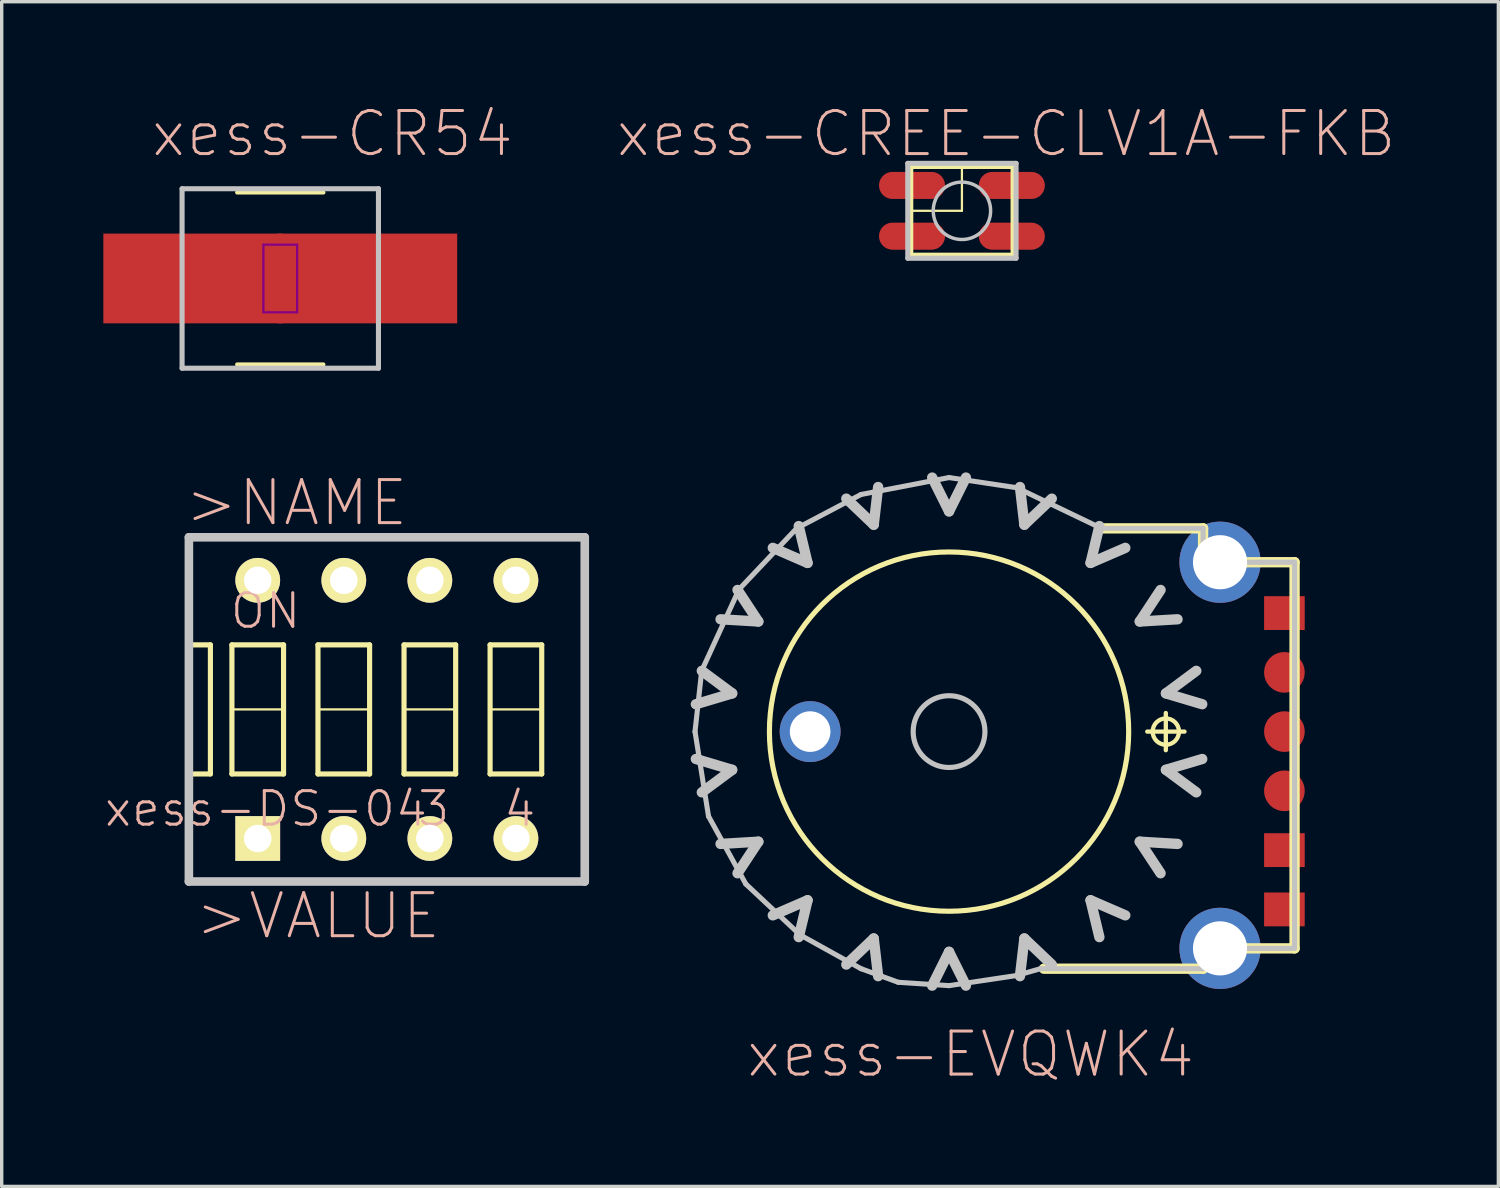
<source format=kicad_pcb>
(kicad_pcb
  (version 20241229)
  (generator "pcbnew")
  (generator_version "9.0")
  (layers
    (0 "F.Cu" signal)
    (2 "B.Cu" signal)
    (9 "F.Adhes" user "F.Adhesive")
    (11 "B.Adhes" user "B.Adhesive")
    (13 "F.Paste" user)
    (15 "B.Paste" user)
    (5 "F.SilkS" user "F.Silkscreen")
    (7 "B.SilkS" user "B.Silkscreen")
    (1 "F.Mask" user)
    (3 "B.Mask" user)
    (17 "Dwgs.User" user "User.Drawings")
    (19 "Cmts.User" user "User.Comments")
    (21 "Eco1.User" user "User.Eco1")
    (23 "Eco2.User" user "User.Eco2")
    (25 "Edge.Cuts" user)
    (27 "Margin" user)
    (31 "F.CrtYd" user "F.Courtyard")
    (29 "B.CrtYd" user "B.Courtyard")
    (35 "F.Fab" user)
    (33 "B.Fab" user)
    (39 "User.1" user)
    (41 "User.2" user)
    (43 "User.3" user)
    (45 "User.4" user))
  (footprint "xess-CREE-CLV1A-FKB"
    (layer "F.Cu")
    (at 25.341 3.172)
    (property "Reference" "xess-CREE-CLV1A-FKB" (at 1.306 -2.273 0) (layer "B.SilkS") (effects (font (size 1.27 1.27) (thickness 0.089))))
    (attr smd)
    (fp_line (start -1.499 -1.298) (end -1.499 1.298) (stroke (width 0.127) (type solid)) (layer "F.SilkS"))
    (fp_line (start -1.499 1.298) (end 1.499 1.298) (stroke (width 0.127) (type solid)) (layer "F.SilkS"))
    (fp_line (start -1.488 -1.311) (end 0 -1.311) (stroke (width 0.066) (type solid)) (layer "F.SilkS"))
    (fp_line (start -1.488 0) (end -1.488 -1.311) (stroke (width 0.066) (type solid)) (layer "F.SilkS"))
    (fp_line (start -1.488 0) (end 0 0) (stroke (width 0.066) (type solid)) (layer "F.SilkS"))
    (fp_line (start 0 0) (end 0 -1.311) (stroke (width 0.066) (type solid)) (layer "F.SilkS"))
    (fp_line (start 1.499 -1.298) (end -1.499 -1.298) (stroke (width 0.127) (type solid)) (layer "F.SilkS"))
    (fp_line (start 1.499 1.298) (end 1.499 -1.298) (stroke (width 0.127) (type solid)) (layer "F.SilkS"))
    (fp_line (start -1.598 -1.4) (end -1.598 1.4) (stroke (width 0.15) (type solid)) (layer "Dwgs.User"))
    (fp_line (start -1.598 1.4) (end 1.598 1.4) (stroke (width 0.15) (type solid)) (layer "Dwgs.User"))
    (fp_line (start 1.598 -1.4) (end -1.598 -1.4) (stroke (width 0.15) (type solid)) (layer "Dwgs.User"))
    (fp_line (start 1.598 1.4) (end 1.598 -1.4) (stroke (width 0.15) (type solid)) (layer "Dwgs.User"))
    (fp_circle (center 0 0) (end -0.599 0.599) (stroke (width 0.102) (type solid)) (fill no) (layer "Dwgs.User"))
    (pad "1" smd oval (at -1.473 -0.749) (size 1.948 0.798) (layers "F.Cu" "F.Mask" "F.Paste"))
    (pad "2" smd oval (at -1.473 0.749) (size 1.948 0.798) (layers "F.Cu" "F.Mask" "F.Paste"))
    (pad "3" smd oval (at 1.473 0.749) (size 1.948 0.798) (layers "F.Cu" "F.Mask" "F.Paste"))
    (pad "4" smd oval (at 1.473 -0.749) (size 1.948 0.798) (layers "F.Cu" "F.Mask" "F.Paste")))
  (footprint "xess-CR54"
    (layer "F.Cu")
    (at 5.222 5.169)
    (property "Reference" "xess-CR54" (at 1.539 -4.27 0) (layer "B.SilkS") (effects (font (size 1.27 1.27) (thickness 0.089))))
    (attr smd)
    (fp_line (start -1.27 -2.54) (end 1.27 -2.54) (stroke (width 0.127) (type solid)) (layer "F.SilkS"))
    (fp_line (start 1.27 2.54) (end -1.27 2.54) (stroke (width 0.127) (type solid)) (layer "F.SilkS"))
    (fp_line (start -0.498 -0.998) (end 0.498 -0.998) (stroke (width 0.066) (type solid)) (layer "F.Adhes"))
    (fp_line (start -0.498 0.998) (end -0.498 -0.998) (stroke (width 0.066) (type solid)) (layer "F.Adhes"))
    (fp_line (start -0.498 0.998) (end 0.498 0.998) (stroke (width 0.066) (type solid)) (layer "F.Adhes"))
    (fp_line (start 0.498 0.998) (end 0.498 -0.998) (stroke (width 0.066) (type solid)) (layer "F.Adhes"))
    (fp_line (start -2.898 -2.649) (end -2.898 2.649) (stroke (width 0.15) (type solid)) (layer "Dwgs.User"))
    (fp_line (start -2.898 2.649) (end 2.898 2.649) (stroke (width 0.15) (type solid)) (layer "Dwgs.User"))
    (fp_line (start 2.898 -2.649) (end -2.898 -2.649) (stroke (width 0.15) (type solid)) (layer "Dwgs.User"))
    (fp_line (start 2.898 2.649) (end 2.898 -2.649) (stroke (width 0.15) (type solid)) (layer "Dwgs.User"))
    (pad "1" smd rect (at -2.573 0) (size 5.298 2.649) (layers "F.Cu" "F.Mask" "F.Paste"))
    (pad "2" smd rect (at 2.573 0) (size 5.298 2.649) (layers "F.Cu" "F.Mask" "F.Paste")))
  (footprint "xess-DS-04"
    (layer "F.Cu")
    (at 8.367 17.888)
    (property "Reference" "xess-DS-04" (at -3.569 2.934 0) (layer "B.SilkS") (effects (font (size 0.991 0.991) (thickness 0.089))))
    (attr exclude_from_pos_files exclude_from_bom)
    (fp_line (start -5.842 -5.08) (end -5.842 -1.905) (stroke (width 0.152) (type solid)) (layer "F.SilkS"))
    (fp_line (start -5.842 -1.905) (end -5.842 1.905) (stroke (width 0.152) (type solid)) (layer "F.SilkS"))
    (fp_line (start -5.842 -1.905) (end -5.207 -1.905) (stroke (width 0.152) (type solid)) (layer "F.SilkS"))
    (fp_line (start -5.842 1.905) (end -5.842 5.08) (stroke (width 0.152) (type solid)) (layer "F.SilkS"))
    (fp_line (start -5.842 1.905) (end -5.207 1.905) (stroke (width 0.152) (type solid)) (layer "F.SilkS"))
    (fp_line (start -5.842 5.08) (end 5.842 5.08) (stroke (width 0.152) (type solid)) (layer "F.SilkS"))
    (fp_line (start -5.207 1.905) (end -5.207 -1.905) (stroke (width 0.152) (type solid)) (layer "F.SilkS"))
    (fp_line (start -4.572 -1.905) (end -4.572 1.905) (stroke (width 0.152) (type solid)) (layer "F.SilkS"))
    (fp_line (start -4.572 -1.905) (end -3.048 -1.905) (stroke (width 0.152) (type solid)) (layer "F.SilkS"))
    (fp_line (start -4.572 0) (end -3.048 0) (stroke (width 0.066) (type solid)) (layer "F.SilkS"))
    (fp_line (start -4.572 1.905) (end -4.572 0) (stroke (width 0.066) (type solid)) (layer "F.SilkS"))
    (fp_line (start -4.572 1.905) (end -3.048 1.905) (stroke (width 0.066) (type solid)) (layer "F.SilkS"))
    (fp_line (start -3.048 1.905) (end -4.572 1.905) (stroke (width 0.152) (type solid)) (layer "F.SilkS"))
    (fp_line (start -3.048 1.905) (end -3.048 -1.905) (stroke (width 0.152) (type solid)) (layer "F.SilkS"))
    (fp_line (start -3.048 1.905) (end -3.048 0) (stroke (width 0.066) (type solid)) (layer "F.SilkS"))
    (fp_line (start -2.032 -1.905) (end -2.032 1.905) (stroke (width 0.152) (type solid)) (layer "F.SilkS"))
    (fp_line (start -2.032 -1.905) (end -0.508 -1.905) (stroke (width 0.152) (type solid)) (layer "F.SilkS"))
    (fp_line (start -2.032 0) (end -0.508 0) (stroke (width 0.066) (type solid)) (layer "F.SilkS"))
    (fp_line (start -2.032 1.905) (end -2.032 0) (stroke (width 0.066) (type solid)) (layer "F.SilkS"))
    (fp_line (start -2.032 1.905) (end -0.508 1.905) (stroke (width 0.066) (type solid)) (layer "F.SilkS"))
    (fp_line (start -0.508 1.905) (end -2.032 1.905) (stroke (width 0.152) (type solid)) (layer "F.SilkS"))
    (fp_line (start -0.508 1.905) (end -0.508 -1.905) (stroke (width 0.152) (type solid)) (layer "F.SilkS"))
    (fp_line (start -0.508 1.905) (end -0.508 0) (stroke (width 0.066) (type solid)) (layer "F.SilkS"))
    (fp_line (start 0.508 -1.905) (end 0.508 1.905) (stroke (width 0.152) (type solid)) (layer "F.SilkS"))
    (fp_line (start 0.508 -1.905) (end 2.032 -1.905) (stroke (width 0.152) (type solid)) (layer "F.SilkS"))
    (fp_line (start 0.508 0) (end 2.032 0) (stroke (width 0.066) (type solid)) (layer "F.SilkS"))
    (fp_line (start 0.508 1.905) (end 0.508 0) (stroke (width 0.066) (type solid)) (layer "F.SilkS"))
    (fp_line (start 0.508 1.905) (end 2.032 1.905) (stroke (width 0.066) (type solid)) (layer "F.SilkS"))
    (fp_line (start 2.032 1.905) (end 0.508 1.905) (stroke (width 0.152) (type solid)) (layer "F.SilkS"))
    (fp_line (start 2.032 1.905) (end 2.032 -1.905) (stroke (width 0.152) (type solid)) (layer "F.SilkS"))
    (fp_line (start 2.032 1.905) (end 2.032 0) (stroke (width 0.066) (type solid)) (layer "F.SilkS"))
    (fp_line (start 3.048 -1.905) (end 3.048 1.905) (stroke (width 0.152) (type solid)) (layer "F.SilkS"))
    (fp_line (start 3.048 -1.905) (end 4.572 -1.905) (stroke (width 0.152) (type solid)) (layer "F.SilkS"))
    (fp_line (start 3.048 0) (end 4.572 0) (stroke (width 0.066) (type solid)) (layer "F.SilkS"))
    (fp_line (start 3.048 1.905) (end 3.048 0) (stroke (width 0.066) (type solid)) (layer "F.SilkS"))
    (fp_line (start 3.048 1.905) (end 4.572 1.905) (stroke (width 0.066) (type solid)) (layer "F.SilkS"))
    (fp_line (start 4.572 1.905) (end 3.048 1.905) (stroke (width 0.152) (type solid)) (layer "F.SilkS"))
    (fp_line (start 4.572 1.905) (end 4.572 -1.905) (stroke (width 0.152) (type solid)) (layer "F.SilkS"))
    (fp_line (start 4.572 1.905) (end 4.572 0) (stroke (width 0.066) (type solid)) (layer "F.SilkS"))
    (fp_line (start 5.842 -5.08) (end -5.842 -5.08) (stroke (width 0.152) (type solid)) (layer "F.SilkS"))
    (fp_line (start 5.842 5.08) (end 5.842 -5.08) (stroke (width 0.152) (type solid)) (layer "F.SilkS"))
    (fp_line (start -5.842 -5.08) (end -5.842 5.08) (stroke (width 0.254) (type solid)) (layer "Dwgs.User"))
    (fp_line (start -5.842 5.08) (end 5.842 5.08) (stroke (width 0.254) (type solid)) (layer "Dwgs.User"))
    (fp_line (start 5.842 -5.08) (end -5.842 -5.08) (stroke (width 0.254) (type solid)) (layer "Dwgs.User"))
    (fp_line (start 5.842 5.08) (end 5.842 -5.08) (stroke (width 0.254) (type solid)) (layer "Dwgs.User"))
    (fp_text user ">VALUE" (at -2.032 6.096 0) (layer "B.SilkS") (effects (font (size 1.27 1.27) (thickness 0.089))))
    (fp_text user "3" (at 1.384 2.934 0) (layer "B.SilkS") (effects (font (size 0.991 0.991) (thickness 0.089))))
    (fp_text user "4" (at 3.924 2.934 0) (layer "B.SilkS") (effects (font (size 0.991 0.991) (thickness 0.089))))
    (fp_text user "ON" (at -3.579 -2.908 0) (layer "B.SilkS") (effects (font (size 0.991 0.991) (thickness 0.089))))
    (fp_text user ">NAME" (at -2.667 -6.096 0) (layer "B.SilkS") (effects (font (size 1.27 1.27) (thickness 0.089))))
    (pad "1" thru_hole rect (at -3.81 3.81) (size 1.321 1.321) (drill 0.813) (layers "*.Cu" "*.Mask" "F.SilkS"))
    (pad "2" thru_hole circle (at -1.27 3.81) (size 1.321 1.321) (drill 0.813) (layers "*.Cu" "*.Mask" "F.SilkS"))
    (pad "3" thru_hole circle (at 1.27 3.81) (size 1.321 1.321) (drill 0.813) (layers "*.Cu" "*.Mask" "F.SilkS"))
    (pad "4" thru_hole circle (at 3.81 3.81) (size 1.321 1.321) (drill 0.813) (layers "*.Cu" "*.Mask" "F.SilkS"))
    (pad "5" thru_hole circle (at 3.81 -3.81) (size 1.321 1.321) (drill 0.813) (layers "*.Cu" "*.Mask" "F.SilkS"))
    (pad "6" thru_hole circle (at 1.27 -3.81) (size 1.321 1.321) (drill 0.813) (layers "*.Cu" "*.Mask" "F.SilkS"))
    (pad "7" thru_hole circle (at -1.27 -3.81) (size 1.321 1.321) (drill 0.813) (layers "*.Cu" "*.Mask" "F.SilkS"))
    (pad "8" thru_hole circle (at -3.81 -3.81) (size 1.321 1.321) (drill 0.813) (layers "*.Cu" "*.Mask" "F.SilkS")))
  (footprint "xess-EVQWK4"
    (layer "F.Cu")
    (at 24.961 18.543)
    (property "Reference" "xess-EVQWK4" (at 0.635 9.525 0) (layer "B.SilkS") (effects (font (size 1.27 1.27) (thickness 0.089))))
    (attr smd)
    (fp_line (start 4.498 -5.999) (end 7.498 -5.999) (stroke (width 0.305) (type solid)) (layer "F.SilkS"))
    (fp_line (start 5.85 0) (end 6.949 0) (stroke (width 0.127) (type solid)) (layer "F.SilkS"))
    (fp_line (start 6.398 0.549) (end 6.398 -0.549) (stroke (width 0.127) (type solid)) (layer "F.SilkS"))
    (fp_line (start 7.498 -5.999) (end 7.498 -4.999) (stroke (width 0.305) (type solid)) (layer "F.SilkS"))
    (fp_line (start 7.498 -4.999) (end 10.198 -4.999) (stroke (width 0.305) (type solid)) (layer "F.SilkS"))
    (fp_line (start 7.498 6.398) (end 7.498 6.998) (stroke (width 0.305) (type solid)) (layer "F.SilkS"))
    (fp_line (start 7.498 6.998) (end 2.799 6.998) (stroke (width 0.305) (type solid)) (layer "F.SilkS"))
    (fp_line (start 10.198 -4.999) (end 10.198 6.398) (stroke (width 0.305) (type solid)) (layer "F.SilkS"))
    (fp_line (start 10.198 6.398) (end 7.498 6.398) (stroke (width 0.305) (type solid)) (layer "F.SilkS"))
    (fp_circle (center 0 0) (end -3.749 3.749) (stroke (width 0.152) (type solid)) (fill no) (layer "F.SilkS"))
    (fp_circle (center 6.398 0) (end 6.673 0.274) (stroke (width 0.127) (type solid)) (fill no) (layer "F.SilkS"))
    (fp_line (start -7.498 0) (end -7.099 2.499) (stroke (width 0.15) (type solid)) (layer "Dwgs.User"))
    (fp_line (start -7.473 -0.808) (end -6.401 -1.128) (stroke (width 0.305) (type solid)) (layer "Dwgs.User"))
    (fp_line (start -7.3 -1.798) (end -7.498 0) (stroke (width 0.15) (type solid)) (layer "Dwgs.User"))
    (fp_line (start -7.297 1.793) (end -6.401 1.128) (stroke (width 0.305) (type solid)) (layer "Dwgs.User"))
    (fp_line (start -7.099 2.499) (end -5.999 4.498) (stroke (width 0.15) (type solid)) (layer "Dwgs.User"))
    (fp_line (start -6.744 -3.315) (end -5.629 -3.249) (stroke (width 0.305) (type solid)) (layer "Dwgs.User"))
    (fp_line (start -6.401 -1.128) (end -7.297 -1.793) (stroke (width 0.305) (type solid)) (layer "Dwgs.User"))
    (fp_line (start -6.401 1.128) (end -7.473 0.808) (stroke (width 0.305) (type solid)) (layer "Dwgs.User"))
    (fp_line (start -6.243 4.181) (end -5.629 3.249) (stroke (width 0.305) (type solid)) (layer "Dwgs.User"))
    (fp_line (start -6.198 -4.199) (end -7.3 -1.798) (stroke (width 0.15) (type solid)) (layer "Dwgs.User"))
    (fp_line (start -5.999 4.498) (end -4.399 5.999) (stroke (width 0.15) (type solid)) (layer "Dwgs.User"))
    (fp_line (start -5.629 -3.249) (end -6.243 -4.181) (stroke (width 0.305) (type solid)) (layer "Dwgs.User"))
    (fp_line (start -5.629 3.249) (end -6.744 3.315) (stroke (width 0.305) (type solid)) (layer "Dwgs.User"))
    (fp_line (start -5.202 -5.423) (end -4.176 -4.978) (stroke (width 0.305) (type solid)) (layer "Dwgs.User"))
    (fp_line (start -4.498 -5.999) (end -6.198 -4.199) (stroke (width 0.15) (type solid)) (layer "Dwgs.User"))
    (fp_line (start -4.437 6.066) (end -4.176 4.978) (stroke (width 0.305) (type solid)) (layer "Dwgs.User"))
    (fp_line (start -4.399 5.999) (end -2.598 6.998) (stroke (width 0.15) (type solid)) (layer "Dwgs.User"))
    (fp_line (start -4.176 -4.978) (end -4.437 -6.066) (stroke (width 0.305) (type solid)) (layer "Dwgs.User"))
    (fp_line (start -4.176 4.978) (end -5.202 5.423) (stroke (width 0.305) (type solid)) (layer "Dwgs.User"))
    (fp_line (start -3.033 -6.876) (end -2.223 -6.106) (stroke (width 0.305) (type solid)) (layer "Dwgs.User"))
    (fp_line (start -2.598 -6.998) (end -4.498 -5.999) (stroke (width 0.15) (type solid)) (layer "Dwgs.User"))
    (fp_line (start -2.598 6.998) (end -1.499 7.399) (stroke (width 0.15) (type solid)) (layer "Dwgs.User"))
    (fp_line (start -2.223 -6.106) (end -2.093 -7.219) (stroke (width 0.305) (type solid)) (layer "Dwgs.User"))
    (fp_line (start -2.223 6.106) (end -3.033 6.876) (stroke (width 0.305) (type solid)) (layer "Dwgs.User"))
    (fp_line (start -2.093 7.219) (end -2.223 6.106) (stroke (width 0.305) (type solid)) (layer "Dwgs.User"))
    (fp_line (start -1.499 7.399) (end 0 7.498) (stroke (width 0.15) (type solid)) (layer "Dwgs.User"))
    (fp_line (start -0.498 -7.498) (end 0 -6.5) (stroke (width 0.305) (type solid)) (layer "Dwgs.User"))
    (fp_line (start 0 -7.498) (end -2.598 -6.998) (stroke (width 0.15) (type solid)) (layer "Dwgs.User"))
    (fp_line (start 0 -6.5) (end 0.498 -7.498) (stroke (width 0.305) (type solid)) (layer "Dwgs.User"))
    (fp_line (start 0 6.5) (end -0.498 7.498) (stroke (width 0.305) (type solid)) (layer "Dwgs.User"))
    (fp_line (start 0 7.498) (end 1.999 7.198) (stroke (width 0.15) (type solid)) (layer "Dwgs.User"))
    (fp_line (start 0.498 7.498) (end 0 6.5) (stroke (width 0.305) (type solid)) (layer "Dwgs.User"))
    (fp_line (start 1.999 -7.198) (end 0 -7.498) (stroke (width 0.15) (type solid)) (layer "Dwgs.User"))
    (fp_line (start 1.999 7.198) (end 2.697 6.998) (stroke (width 0.15) (type solid)) (layer "Dwgs.User"))
    (fp_line (start 2.093 -7.219) (end 2.223 -6.106) (stroke (width 0.305) (type solid)) (layer "Dwgs.User"))
    (fp_line (start 2.223 -6.106) (end 3.033 -6.876) (stroke (width 0.305) (type solid)) (layer "Dwgs.User"))
    (fp_line (start 2.223 6.106) (end 2.093 7.219) (stroke (width 0.305) (type solid)) (layer "Dwgs.User"))
    (fp_line (start 2.697 6.998) (end 7.498 6.998) (stroke (width 0.15) (type solid)) (layer "Dwgs.User"))
    (fp_line (start 3.033 6.876) (end 2.223 6.106) (stroke (width 0.305) (type solid)) (layer "Dwgs.User"))
    (fp_line (start 4.176 -4.978) (end 5.202 -5.423) (stroke (width 0.305) (type solid)) (layer "Dwgs.User"))
    (fp_line (start 4.176 4.978) (end 4.437 6.066) (stroke (width 0.305) (type solid)) (layer "Dwgs.User"))
    (fp_line (start 4.437 -6.066) (end 4.176 -4.978) (stroke (width 0.305) (type solid)) (layer "Dwgs.User"))
    (fp_line (start 4.498 -5.999) (end 1.999 -7.198) (stroke (width 0.15) (type solid)) (layer "Dwgs.User"))
    (fp_line (start 5.202 5.423) (end 4.176 4.978) (stroke (width 0.305) (type solid)) (layer "Dwgs.User"))
    (fp_line (start 5.629 -3.249) (end 6.744 -3.315) (stroke (width 0.305) (type solid)) (layer "Dwgs.User"))
    (fp_line (start 5.629 3.249) (end 6.243 4.181) (stroke (width 0.305) (type solid)) (layer "Dwgs.User"))
    (fp_line (start 6.243 -4.181) (end 5.629 -3.249) (stroke (width 0.305) (type solid)) (layer "Dwgs.User"))
    (fp_line (start 6.401 -1.128) (end 7.473 -0.808) (stroke (width 0.305) (type solid)) (layer "Dwgs.User"))
    (fp_line (start 6.401 1.128) (end 7.297 1.793) (stroke (width 0.305) (type solid)) (layer "Dwgs.User"))
    (fp_line (start 6.744 3.315) (end 5.629 3.249) (stroke (width 0.305) (type solid)) (layer "Dwgs.User"))
    (fp_line (start 7.297 -1.793) (end 6.401 -1.128) (stroke (width 0.305) (type solid)) (layer "Dwgs.User"))
    (fp_line (start 7.473 0.808) (end 6.401 1.128) (stroke (width 0.305) (type solid)) (layer "Dwgs.User"))
    (fp_line (start 7.498 -5.999) (end 4.498 -5.999) (stroke (width 0.15) (type solid)) (layer "Dwgs.User"))
    (fp_line (start 7.498 -4.999) (end 7.498 -5.999) (stroke (width 0.15) (type solid)) (layer "Dwgs.User"))
    (fp_line (start 7.498 6.398) (end 10.198 6.398) (stroke (width 0.15) (type solid)) (layer "Dwgs.User"))
    (fp_line (start 7.498 6.998) (end 7.498 6.398) (stroke (width 0.15) (type solid)) (layer "Dwgs.User"))
    (fp_line (start 10.198 -4.999) (end 7.498 -4.999) (stroke (width 0.15) (type solid)) (layer "Dwgs.User"))
    (fp_line (start 10.198 6.398) (end 10.198 -4.999) (stroke (width 0.15) (type solid)) (layer "Dwgs.User"))
    (fp_circle (center 0 0) (end -0.749 0.749) (stroke (width 0.152) (type solid)) (fill no) (layer "Dwgs.User"))
    (pad "A" smd rect (at 9.898 5.248) (size 1.199 0.998) (layers "F.Cu" "F.Mask" "F.Paste"))
    (pad "B" smd rect (at 9.898 -3.498) (size 1.199 0.998) (layers "F.Cu" "F.Mask" "F.Paste"))
    (pad "COM" smd rect (at 9.898 3.498) (size 1.199 0.998) (layers "F.Cu" "F.Mask" "F.Paste"))
    (pad "ESD_" thru_hole circle (at -4.1 0) (size 1.798 1.798) (drill 1.199) (layers "*.Cu" "*.Mask"))
    (pad "NC1" thru_hole circle (at 7.998 -4.999) (size 2.398 2.398) (drill 1.598) (layers "*.Cu" "*.Mask"))
    (pad "NC2" thru_hole circle (at 7.998 6.398) (size 2.398 2.398) (drill 1.598) (layers "*.Cu" "*.Mask"))
    (pad "SW1A" smd circle (at 9.898 -1.748) (size 1.199 1.199) (layers "F.Cu" "F.Mask" "F.Paste"))
    (pad "SW1B" smd circle (at 9.898 1.748) (size 1.199 1.199) (layers "F.Cu" "F.Mask" "F.Paste"))
    (pad "SW2" smd circle (at 9.898 0) (size 1.199 1.199) (layers "F.Cu" "F.Mask" "F.Paste")))
  (gr_rect
    (start -3 -3)
    (end 41.174 31.967)
    (stroke (width 0.1) (type default))
    (fill no)
    (layer "Edge.Cuts")))
</source>
